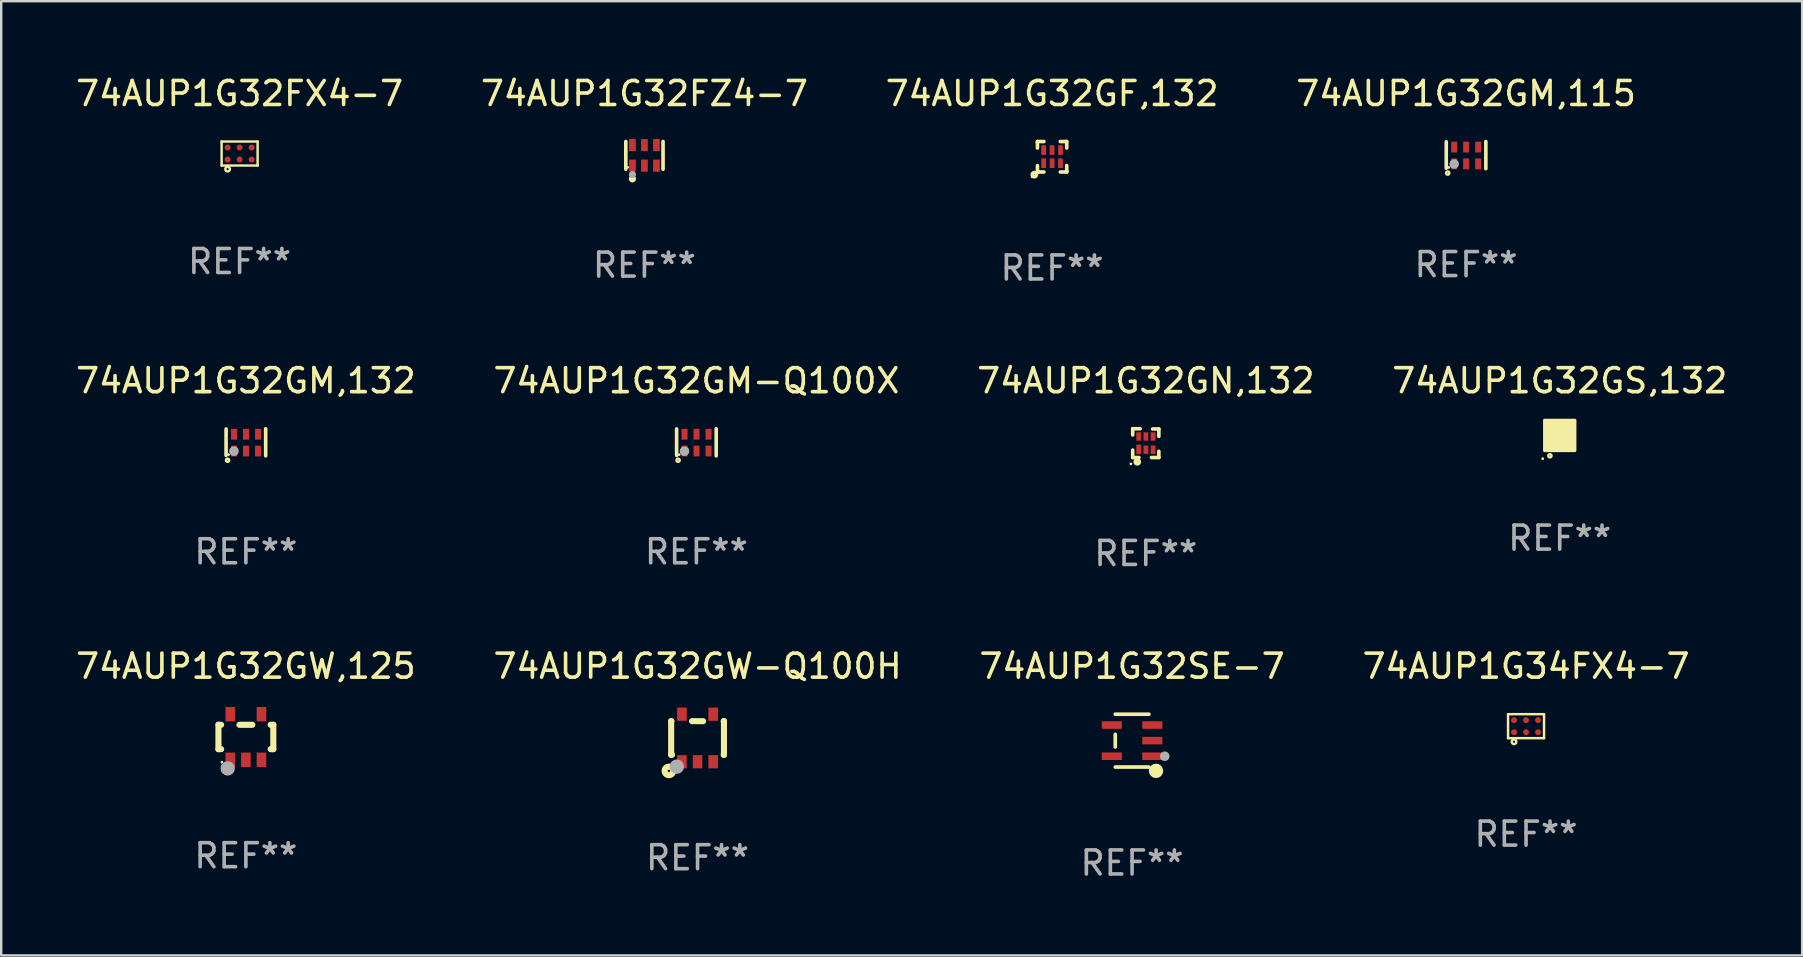
<source format=kicad_pcb>
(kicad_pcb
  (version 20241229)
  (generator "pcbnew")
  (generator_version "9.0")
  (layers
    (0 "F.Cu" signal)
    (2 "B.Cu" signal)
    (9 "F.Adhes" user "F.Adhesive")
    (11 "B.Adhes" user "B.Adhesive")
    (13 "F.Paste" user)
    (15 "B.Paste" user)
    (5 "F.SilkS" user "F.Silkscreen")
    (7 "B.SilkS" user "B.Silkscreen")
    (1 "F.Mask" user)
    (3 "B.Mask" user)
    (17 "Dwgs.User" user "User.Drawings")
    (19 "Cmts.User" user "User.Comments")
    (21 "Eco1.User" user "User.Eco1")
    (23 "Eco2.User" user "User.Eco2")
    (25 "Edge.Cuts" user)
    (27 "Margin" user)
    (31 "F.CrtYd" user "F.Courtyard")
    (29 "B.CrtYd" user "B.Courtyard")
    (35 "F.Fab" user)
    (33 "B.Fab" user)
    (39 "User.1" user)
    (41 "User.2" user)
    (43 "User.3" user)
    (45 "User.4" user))
  (footprint "74AUP1G32GM-Q100X"
    (layer "F.Cu")
    (at 25.97 15.38)
    (property "Reference" "74AUP1G32GM-Q100X" (at 0 -2.565 0) (layer "F.SilkS") (effects (font (size 1 1) (thickness 0.15))))
    (attr through_hole)
    (fp_line (start -0.825 -0.555) (end -0.825 0.545) (stroke (width 0.15) (type solid)) (layer "F.SilkS"))
    (fp_line (start 0.825 -0.565) (end 0.825 0.565) (stroke (width 0.15) (type solid)) (layer "F.SilkS"))
    (fp_circle (center -0.763 0.749) (end -0.695 0.749) (stroke (width 0.1) (type solid)) (fill no) (layer "F.SilkS"))
    (fp_circle (center -0.72 0.515) (end -0.69 0.515) (stroke (width 0.06) (type solid)) (fill no) (layer "F.SilkS"))
    (fp_circle (center -0.496 0.371) (end -0.396 0.371) (stroke (width 0.2) (type solid)) (fill no) (layer "F.Fab"))
    (fp_text user "REF**" (at 0 4.565 0) (layer "F.Fab") (effects (font (size 1 1) (thickness 0.15))))
    (pad "1" smd rect (at -0.495 0.365) (size 0.25 0.45) (layers "F.Cu" "F.Mask" "F.Paste"))
    (pad "2" smd rect (at 0.005 0.365) (size 0.25 0.45) (layers "F.Cu" "F.Mask" "F.Paste"))
    (pad "3" smd rect (at 0.505 0.365) (size 0.25 0.45) (layers "F.Cu" "F.Mask" "F.Paste"))
    (pad "4" smd rect (at 0.505 -0.335) (size 0.25 0.45) (layers "F.Cu" "F.Mask" "F.Paste"))
    (pad "5" smd rect (at 0.005 -0.335) (size 0.25 0.45) (layers "F.Cu" "F.Mask" "F.Paste"))
    (pad "6" smd rect (at -0.495 -0.335) (size 0.25 0.45) (layers "F.Cu" "F.Mask" "F.Paste")))
  (footprint "74AUP1G32SE-7"
    (layer "F.Cu")
    (at 44.125 27.813)
    (property "Reference" "74AUP1G32SE-7" (at 0 -3.101 0) (layer "F.SilkS") (effects (font (size 1 1) (thickness 0.15))))
    (attr through_hole)
    (fp_line (start -0.701 -0.264) (end -0.701 0.264) (stroke (width 0.152) (type solid)) (layer "F.SilkS"))
    (fp_line (start 0.701 -1.101) (end -0.701 -1.101) (stroke (width 0.152) (type solid)) (layer "F.SilkS"))
    (fp_line (start 0.701 1.101) (end -0.701 1.101) (stroke (width 0.152) (type solid)) (layer "F.SilkS"))
    (fp_circle (center 0.997 1.26) (end 1.147 1.26) (stroke (width 0.3) (type solid)) (fill no) (layer "F.SilkS"))
    (fp_circle (center 1.063 1.025) (end 1.093 1.025) (stroke (width 0.06) (type solid)) (fill no) (layer "F.SilkS"))
    (fp_circle (center 1.362 0.65) (end 1.463 0.65) (stroke (width 0.2) (type solid)) (fill no) (layer "F.Fab"))
    (fp_text user "REF**" (at 0 5.101 0) (layer "F.Fab") (effects (font (size 1 1) (thickness 0.15))))
    (pad "1" smd rect (at 0.844 0.65) (size 0.839 0.315) (layers "F.Cu" "F.Mask" "F.Paste"))
    (pad "2" smd rect (at 0.844 0) (size 0.839 0.315) (layers "F.Cu" "F.Mask" "F.Paste"))
    (pad "3" smd rect (at 0.844 -0.65) (size 0.839 0.315) (layers "F.Cu" "F.Mask" "F.Paste"))
    (pad "4" smd rect (at -0.844 -0.65) (size 0.839 0.315) (layers "F.Cu" "F.Mask" "F.Paste"))
    (pad "5" smd rect (at -0.844 0.65) (size 0.839 0.315) (layers "F.Cu" "F.Mask" "F.Paste")))
  (footprint "74AUP1G32GM,132"
    (layer "F.Cu")
    (at 7.196 15.38)
    (property "Reference" "74AUP1G32GM,132" (at 0 -2.565 0) (layer "F.SilkS") (effects (font (size 1 1) (thickness 0.15))))
    (attr through_hole)
    (fp_line (start -0.825 -0.555) (end -0.825 0.545) (stroke (width 0.15) (type solid)) (layer "F.SilkS"))
    (fp_line (start 0.825 -0.565) (end 0.825 0.565) (stroke (width 0.15) (type solid)) (layer "F.SilkS"))
    (fp_circle (center -0.763 0.749) (end -0.695 0.749) (stroke (width 0.1) (type solid)) (fill no) (layer "F.SilkS"))
    (fp_circle (center -0.72 0.515) (end -0.69 0.515) (stroke (width 0.06) (type solid)) (fill no) (layer "F.SilkS"))
    (fp_circle (center -0.496 0.371) (end -0.396 0.371) (stroke (width 0.2) (type solid)) (fill no) (layer "F.Fab"))
    (fp_text user "REF**" (at 0 4.565 0) (layer "F.Fab") (effects (font (size 1 1) (thickness 0.15))))
    (pad "1" smd rect (at -0.495 0.365) (size 0.25 0.45) (layers "F.Cu" "F.Mask" "F.Paste"))
    (pad "2" smd rect (at 0.005 0.365) (size 0.25 0.45) (layers "F.Cu" "F.Mask" "F.Paste"))
    (pad "3" smd rect (at 0.505 0.365) (size 0.25 0.45) (layers "F.Cu" "F.Mask" "F.Paste"))
    (pad "4" smd rect (at 0.505 -0.335) (size 0.25 0.45) (layers "F.Cu" "F.Mask" "F.Paste"))
    (pad "5" smd rect (at 0.005 -0.335) (size 0.25 0.45) (layers "F.Cu" "F.Mask" "F.Paste"))
    (pad "6" smd rect (at -0.495 -0.335) (size 0.25 0.45) (layers "F.Cu" "F.Mask" "F.Paste")))
  (footprint "74AUP1G32GF,132"
    (layer "F.Cu")
    (at 40.792 3.483)
    (property "Reference" "74AUP1G32GF,132" (at 0 -2.635 0) (layer "F.SilkS") (effects (font (size 1 1) (thickness 0.15))))
    (attr through_hole)
    (fp_line (start -0.61 0.635) (end -0.61 0.365) (stroke (width 0.15) (type solid)) (layer "F.SilkS"))
    (fp_line (start -0.61 -0.635) (end -0.34 -0.635) (stroke (width 0.15) (type solid)) (layer "F.SilkS"))
    (fp_line (start -0.61 -0.585) (end -0.61 -0.635) (stroke (width 0.15) (type solid)) (layer "F.SilkS"))
    (fp_line (start -0.61 -0.365) (end -0.61 -0.585) (stroke (width 0.15) (type solid)) (layer "F.SilkS"))
    (fp_line (start -0.56 0.635) (end -0.61 0.635) (stroke (width 0.15) (type solid)) (layer "F.SilkS"))
    (fp_line (start -0.34 0.635) (end -0.56 0.635) (stroke (width 0.15) (type solid)) (layer "F.SilkS"))
    (fp_line (start 0.34 -0.635) (end 0.56 -0.635) (stroke (width 0.15) (type solid)) (layer "F.SilkS"))
    (fp_line (start 0.56 -0.635) (end 0.61 -0.635) (stroke (width 0.15) (type solid)) (layer "F.SilkS"))
    (fp_line (start 0.61 -0.635) (end 0.61 -0.365) (stroke (width 0.15) (type solid)) (layer "F.SilkS"))
    (fp_line (start 0.61 0.365) (end 0.61 0.585) (stroke (width 0.15) (type solid)) (layer "F.SilkS"))
    (fp_line (start 0.61 0.585) (end 0.61 0.635) (stroke (width 0.15) (type solid)) (layer "F.SilkS"))
    (fp_line (start 0.61 0.635) (end 0.34 0.635) (stroke (width 0.15) (type solid)) (layer "F.SilkS"))
    (fp_circle (center -0.829 0.834) (end -0.799 0.834) (stroke (width 0.06) (type solid)) (fill no) (layer "F.SilkS"))
    (fp_circle (center -0.74 0.745) (end -0.726 0.745) (stroke (width 0.15) (type solid)) (fill no) (layer "F.SilkS"))
    (fp_text user "REF**" (at 0 4.635 0) (layer "F.Fab") (effects (font (size 1 1) (thickness 0.15))))
    (pad "1" smd rect (at -0.35 0.27) (size 0.2 0.4) (layers "F.Cu" "F.Mask" "F.Paste"))
    (pad "2" smd rect (at -0.000051 0.27) (size 0.2 0.4) (layers "F.Cu" "F.Mask" "F.Paste"))
    (pad "3" smd rect (at 0.35 0.27) (size 0.2 0.4) (layers "F.Cu" "F.Mask" "F.Paste"))
    (pad "4" smd rect (at 0.35 -0.28) (size 0.2 0.4) (layers "F.Cu" "F.Mask" "F.Paste"))
    (pad "5" smd rect (at -0.000051 -0.28) (size 0.2 0.4) (layers "F.Cu" "F.Mask" "F.Paste"))
    (pad "6" smd rect (at -0.35 -0.28) (size 0.2 0.4) (layers "F.Cu" "F.Mask" "F.Paste")))
  (footprint "74AUP1G32GW,125"
    (layer "F.Cu")
    (at 7.196 27.661)
    (property "Reference" "74AUP1G32GW,125" (at 0 -2.95 0) (layer "F.SilkS") (effects (font (size 1 1) (thickness 0.15))))
    (attr through_hole)
    (fp_line (start -1.143 -0.508) (end -1.032 -0.508) (stroke (width 0.254) (type solid)) (layer "F.SilkS"))
    (fp_line (start -1.143 0.508) (end -1.143 -0.508) (stroke (width 0.254) (type solid)) (layer "F.SilkS"))
    (fp_line (start -1.032 0.508) (end -1.143 0.508) (stroke (width 0.254) (type solid)) (layer "F.SilkS"))
    (fp_line (start -0.268 -0.508) (end 0.268 -0.508) (stroke (width 0.254) (type solid)) (layer "F.SilkS"))
    (fp_line (start 1.032 -0.508) (end 1.143 -0.508) (stroke (width 0.254) (type solid)) (layer "F.SilkS"))
    (fp_line (start 1.143 -0.508) (end 1.143 0.508) (stroke (width 0.254) (type solid)) (layer "F.SilkS"))
    (fp_line (start 1.143 0.508) (end 1.032 0.508) (stroke (width 0.254) (type solid)) (layer "F.SilkS"))
    (fp_circle (center -1 1.05) (end -0.97 1.05) (stroke (width 0.06) (type solid)) (fill no) (layer "F.SilkS"))
    (fp_circle (center -0.759 1.309) (end -0.609 1.309) (stroke (width 0.3) (type solid)) (fill no) (layer "F.Fab"))
    (fp_text user "REF**" (at 0 4.95 0) (layer "F.Fab") (effects (font (size 1 1) (thickness 0.15))))
    (pad "1" smd rect (at -0.65 0.95 180) (size 0.4 0.6) (layers "F.Cu" "F.Mask" "F.Paste"))
    (pad "2" smd rect (at 0 0.95 180) (size 0.4 0.6) (layers "F.Cu" "F.Mask" "F.Paste"))
    (pad "3" smd rect (at 0.65 0.95 180) (size 0.4 0.6) (layers "F.Cu" "F.Mask" "F.Paste"))
    (pad "4" smd rect (at 0.65 -0.95 180) (size 0.4 0.6) (layers "F.Cu" "F.Mask" "F.Paste"))
    (pad "5" smd rect (at -0.65 -0.95 180) (size 0.4 0.6) (layers "F.Cu" "F.Mask" "F.Paste")))
  (footprint "74AUP1G32GM,115"
    (layer "F.Cu")
    (at 58.042 3.413)
    (property "Reference" "74AUP1G32GM,115" (at 0 -2.565 0) (layer "F.SilkS") (effects (font (size 1 1) (thickness 0.15))))
    (attr through_hole)
    (fp_line (start -0.825 -0.555) (end -0.825 0.545) (stroke (width 0.15) (type solid)) (layer "F.SilkS"))
    (fp_line (start 0.825 -0.565) (end 0.825 0.565) (stroke (width 0.15) (type solid)) (layer "F.SilkS"))
    (fp_circle (center -0.763 0.749) (end -0.695 0.749) (stroke (width 0.1) (type solid)) (fill no) (layer "F.SilkS"))
    (fp_circle (center -0.72 0.515) (end -0.69 0.515) (stroke (width 0.06) (type solid)) (fill no) (layer "F.SilkS"))
    (fp_circle (center -0.496 0.371) (end -0.396 0.371) (stroke (width 0.2) (type solid)) (fill no) (layer "F.Fab"))
    (fp_text user "REF**" (at 0 4.565 0) (layer "F.Fab") (effects (font (size 1 1) (thickness 0.15))))
    (pad "1" smd rect (at -0.495 0.365) (size 0.25 0.45) (layers "F.Cu" "F.Mask" "F.Paste"))
    (pad "2" smd rect (at 0.005 0.365) (size 0.25 0.45) (layers "F.Cu" "F.Mask" "F.Paste"))
    (pad "3" smd rect (at 0.505 0.365) (size 0.25 0.45) (layers "F.Cu" "F.Mask" "F.Paste"))
    (pad "4" smd rect (at 0.505 -0.335) (size 0.25 0.45) (layers "F.Cu" "F.Mask" "F.Paste"))
    (pad "5" smd rect (at 0.005 -0.335) (size 0.25 0.45) (layers "F.Cu" "F.Mask" "F.Paste"))
    (pad "6" smd rect (at -0.495 -0.335) (size 0.25 0.45) (layers "F.Cu" "F.Mask" "F.Paste")))
  (footprint "74AUP1G32GW-Q100H"
    (layer "F.Cu")
    (at 26.018 27.702)
    (property "Reference" "74AUP1G32GW-Q100H" (at 0 -2.991 0) (layer "F.SilkS") (effects (font (size 1 1) (thickness 0.15))))
    (attr through_hole)
    (fp_line (start -1.1 -0.7) (end -1.1 0.7) (stroke (width 0.254) (type solid)) (layer "F.SilkS"))
    (fp_line (start -1.1 -0.7) (end -1.09 -0.7) (stroke (width 0.254) (type solid)) (layer "F.SilkS"))
    (fp_line (start -1.1 0.7) (end -1.065 0.7) (stroke (width 0.254) (type solid)) (layer "F.SilkS"))
    (fp_line (start -0.23 -0.7) (end 0.23 -0.7) (stroke (width 0.254) (type solid)) (layer "F.SilkS"))
    (fp_line (start 1.09 -0.7) (end 1.1 -0.7) (stroke (width 0.254) (type solid)) (layer "F.SilkS"))
    (fp_line (start 1.09 0.7) (end 1.1 0.7) (stroke (width 0.254) (type solid)) (layer "F.SilkS"))
    (fp_line (start 1.1 -0.7) (end 1.1 0.7) (stroke (width 0.254) (type solid)) (layer "F.SilkS"))
    (fp_circle (center -1.194 1.372) (end -1.143 1.372) (stroke (width 0.254) (type solid)) (fill no) (layer "F.SilkS"))
    (fp_circle (center -1.05 1.063) (end -1.02 1.063) (stroke (width 0.06) (type solid)) (fill no) (layer "F.SilkS"))
    (fp_circle (center -0.864 1.194) (end -0.713 1.194) (stroke (width 0.3) (type solid)) (fill no) (layer "F.Fab"))
    (fp_text user "REF**" (at 0 4.991 0) (layer "F.Fab") (effects (font (size 1 1) (thickness 0.15))))
    (pad "1" smd rect (at -0.65 0.991 180) (size 0.399 0.551) (layers "F.Cu" "F.Mask" "F.Paste"))
    (pad "2" smd rect (at 0 0.991 180) (size 0.399 0.551) (layers "F.Cu" "F.Mask" "F.Paste"))
    (pad "3" smd rect (at 0.65 0.991 180) (size 0.399 0.551) (layers "F.Cu" "F.Mask" "F.Paste"))
    (pad "4" smd rect (at 0.65 -0.991 180) (size 0.399 0.551) (layers "F.Cu" "F.Mask" "F.Paste"))
    (pad "5" smd rect (at -0.65 -0.991 180) (size 0.399 0.551) (layers "F.Cu" "F.Mask" "F.Paste")))
  (footprint "74AUP1G32FZ4-7"
    (layer "F.Cu")
    (at 23.804 3.424)
    (property "Reference" "74AUP1G32FZ4-7" (at 0 -2.576 0) (layer "F.SilkS") (effects (font (size 1 1) (thickness 0.15))))
    (attr through_hole)
    (fp_line (start -0.776 0.576) (end -0.776 -0.576) (stroke (width 0.152) (type solid)) (layer "F.SilkS"))
    (fp_line (start 0.776 0.576) (end 0.776 -0.576) (stroke (width 0.152) (type solid)) (layer "F.SilkS"))
    (fp_circle (center -0.7 0.5) (end -0.67 0.5) (stroke (width 0.06) (type solid)) (fill no) (layer "F.SilkS"))
    (fp_circle (center -0.5 0.98) (end -0.425 0.98) (stroke (width 0.15) (type solid)) (fill no) (layer "F.SilkS"))
    (fp_circle (center -0.5 0.8) (end -0.425 0.8) (stroke (width 0.15) (type solid)) (fill no) (layer "F.Fab"))
    (fp_text user "REF**" (at 0 4.576 0) (layer "F.Fab") (effects (font (size 1 1) (thickness 0.15))))
    (pad "1" smd rect (at -0.5 0.427) (size 0.28 0.505) (layers "F.Cu" "F.Mask" "F.Paste"))
    (pad "2" smd rect (at 0 0.427) (size 0.28 0.505) (layers "F.Cu" "F.Mask" "F.Paste"))
    (pad "3" smd rect (at 0.5 0.427) (size 0.28 0.505) (layers "F.Cu" "F.Mask" "F.Paste"))
    (pad "4" smd rect (at 0.5 -0.427) (size 0.28 0.505) (layers "F.Cu" "F.Mask" "F.Paste"))
    (pad "5" smd rect (at 0 -0.427) (size 0.28 0.505) (layers "F.Cu" "F.Mask" "F.Paste"))
    (pad "6" smd rect (at -0.5 -0.427) (size 0.28 0.505) (layers "F.Cu" "F.Mask" "F.Paste")))
  (footprint "74AUP1G32GS,132"
    (layer "F.Cu")
    (at 61.946 15.095)
    (property "Reference" "74AUP1G32GS,132" (at 0 -2.28 0) (layer "F.SilkS") (effects (font (size 1 1) (thickness 0.15))))
    (attr through_hole)
    (fp_circle (center -0.71 0.968) (end -0.68 0.968) (stroke (width 0.06) (type solid)) (fill no) (layer "F.SilkS"))
    (fp_circle (center -0.41 0.85) (end -0.342 0.85) (stroke (width 0.1) (type solid)) (fill no) (layer "F.SilkS"))
    (fp_poly (pts (xy -0.635 -0.635) (xy 0.635 -0.635) (xy 0.635 0.635) (xy -0.635 0.635)) (stroke (width 0.12) (type solid)) (fill yes) (layer "F.SilkS"))
    (fp_text user "REF**" (at 0 4.28 0) (layer "F.Fab") (effects (font (size 1 1) (thickness 0.15))))
    (pad "1" smd rect (at -0.35 0.28 90) (size 0.35 0.2) (layers "F.Cu" "F.Mask" "F.Paste"))
    (pad "2" smd rect (at 0 0.28 90) (size 0.35 0.2) (layers "F.Cu" "F.Mask" "F.Paste"))
    (pad "3" smd rect (at 0.35 0.28 90) (size 0.35 0.2) (layers "F.Cu" "F.Mask" "F.Paste"))
    (pad "4" smd rect (at 0.35 -0.28 90) (size 0.35 0.2) (layers "F.Cu" "F.Mask" "F.Paste"))
    (pad "5" smd rect (at 0 -0.28 90) (size 0.35 0.2) (layers "F.Cu" "F.Mask" "F.Paste"))
    (pad "6" smd rect (at -0.35 -0.28 90) (size 0.35 0.2) (layers "F.Cu" "F.Mask" "F.Paste")))
  (footprint "74AUP1G34FX4-7"
    (layer "F.Cu")
    (at 60.542 27.211)
    (property "Reference" "74AUP1G34FX4-7" (at 0 -2.5 0) (layer "F.SilkS") (effects (font (size 1 1) (thickness 0.15))))
    (attr through_hole)
    (fp_line (start -0.75 -0.5) (end 0.75 -0.5) (stroke (width 0.102) (type solid)) (layer "F.SilkS"))
    (fp_line (start -0.75 0.5) (end -0.75 -0.5) (stroke (width 0.102) (type solid)) (layer "F.SilkS"))
    (fp_line (start -0.75 0.5) (end 0.75 0.5) (stroke (width 0.102) (type solid)) (layer "F.SilkS"))
    (fp_line (start 0.75 -0.5) (end 0.75 0.5) (stroke (width 0.102) (type solid)) (layer "F.SilkS"))
    (fp_circle (center -0.5 0.65) (end -0.455 0.65) (stroke (width 0.102) (type solid)) (fill no) (layer "F.SilkS"))
    (fp_text user "REF**" (at 0 4.5 0) (layer "F.Fab") (effects (font (size 1 1) (thickness 0.15))))
    (pad "1" smd circle (at -0.5 0.25) (size 0.25 0.25) (layers "F.Cu" "F.Mask" "F.Paste"))
    (pad "2" smd circle (at 0 0.25) (size 0.25 0.25) (layers "F.Cu" "F.Mask" "F.Paste"))
    (pad "3" smd circle (at 0.5 0.25) (size 0.25 0.25) (layers "F.Cu" "F.Mask" "F.Paste"))
    (pad "4" smd circle (at 0.5 -0.25) (size 0.25 0.25) (layers "F.Cu" "F.Mask" "F.Paste"))
    (pad "5" smd circle (at 0 -0.25) (size 0.25 0.25) (layers "F.Cu" "F.Mask" "F.Paste"))
    (pad "6" smd circle (at -0.5 -0.25) (size 0.25 0.25) (layers "F.Cu" "F.Mask" "F.Paste")))
  (footprint "74AUP1G32FX4-7"
    (layer "F.Cu")
    (at 6.935 3.348)
    (property "Reference" "74AUP1G32FX4-7" (at 0 -2.5 0) (layer "F.SilkS") (effects (font (size 1 1) (thickness 0.15))))
    (attr through_hole)
    (fp_line (start -0.75 -0.5) (end 0.75 -0.5) (stroke (width 0.102) (type solid)) (layer "F.SilkS"))
    (fp_line (start -0.75 0.5) (end -0.75 -0.5) (stroke (width 0.102) (type solid)) (layer "F.SilkS"))
    (fp_line (start -0.75 0.5) (end 0.75 0.5) (stroke (width 0.102) (type solid)) (layer "F.SilkS"))
    (fp_line (start 0.75 -0.5) (end 0.75 0.5) (stroke (width 0.102) (type solid)) (layer "F.SilkS"))
    (fp_circle (center -0.5 0.65) (end -0.455 0.65) (stroke (width 0.102) (type solid)) (fill no) (layer "F.SilkS"))
    (fp_text user "REF**" (at 0 4.5 0) (layer "F.Fab") (effects (font (size 1 1) (thickness 0.15))))
    (pad "1" smd circle (at -0.5 0.25) (size 0.25 0.25) (layers "F.Cu" "F.Mask" "F.Paste"))
    (pad "2" smd circle (at 0 0.25) (size 0.25 0.25) (layers "F.Cu" "F.Mask" "F.Paste"))
    (pad "3" smd circle (at 0.5 0.25) (size 0.25 0.25) (layers "F.Cu" "F.Mask" "F.Paste"))
    (pad "4" smd circle (at 0.5 -0.25) (size 0.25 0.25) (layers "F.Cu" "F.Mask" "F.Paste"))
    (pad "5" smd circle (at 0 -0.25) (size 0.25 0.25) (layers "F.Cu" "F.Mask" "F.Paste"))
    (pad "6" smd circle (at -0.5 -0.25) (size 0.25 0.25) (layers "F.Cu" "F.Mask" "F.Paste")))
  (footprint "74AUP1G32GN,132"
    (layer "F.Cu")
    (at 44.696 15.415)
    (property "Reference" "74AUP1G32GN,132" (at 0 -2.6 0) (layer "F.SilkS") (effects (font (size 1 1) (thickness 0.15))))
    (attr through_hole)
    (fp_line (start -0.545 -0.6) (end -0.235 -0.6) (stroke (width 0.15) (type solid)) (layer "F.SilkS"))
    (fp_line (start -0.545 -0.34) (end -0.545 -0.6) (stroke (width 0.15) (type solid)) (layer "F.SilkS"))
    (fp_line (start -0.545 0.6) (end -0.545 0.29) (stroke (width 0.15) (type solid)) (layer "F.SilkS"))
    (fp_line (start -0.285 0.6) (end -0.545 0.6) (stroke (width 0.15) (type solid)) (layer "F.SilkS"))
    (fp_line (start 0.285 -0.59) (end 0.545 -0.59) (stroke (width 0.15) (type solid)) (layer "F.SilkS"))
    (fp_line (start 0.545 -0.59) (end 0.545 -0.28) (stroke (width 0.15) (type solid)) (layer "F.SilkS"))
    (fp_line (start 0.545 0.34) (end 0.545 0.6) (stroke (width 0.15) (type solid)) (layer "F.SilkS"))
    (fp_line (start 0.545 0.6) (end 0.235 0.6) (stroke (width 0.15) (type solid)) (layer "F.SilkS"))
    (fp_circle (center -0.62 0.865) (end -0.59 0.865) (stroke (width 0.06) (type solid)) (fill no) (layer "F.SilkS"))
    (fp_circle (center -0.355 0.78) (end -0.345 0.78) (stroke (width 0.15) (type solid)) (fill no) (layer "F.SilkS"))
    (fp_text user "REF**" (at 0 4.6 0) (layer "F.Fab") (effects (font (size 1 1) (thickness 0.15))))
    (pad "1" smd rect (at -0.295 0.26) (size 0.2 0.4) (layers "F.Cu" "F.Mask" "F.Paste"))
    (pad "2" smd rect (at 0.005 0.275) (size 0.2 0.35) (layers "F.Cu" "F.Mask" "F.Paste"))
    (pad "3" smd rect (at 0.305 0.275) (size 0.2 0.35) (layers "F.Cu" "F.Mask" "F.Paste"))
    (pad "4" smd rect (at 0.305 -0.275) (size 0.2 0.35) (layers "F.Cu" "F.Mask" "F.Paste"))
    (pad "5" smd rect (at 0.005 -0.275) (size 0.2 0.35) (layers "F.Cu" "F.Mask" "F.Paste"))
    (pad "6" smd rect (at -0.295 -0.275) (size 0.2 0.35) (layers "F.Cu" "F.Mask" "F.Paste")))
  (gr_rect
    (start -3 -3)
    (end 72.048 36.762)
    (stroke (width 0.1) (type default))
    (fill no)
    (layer "Edge.Cuts")))
</source>
